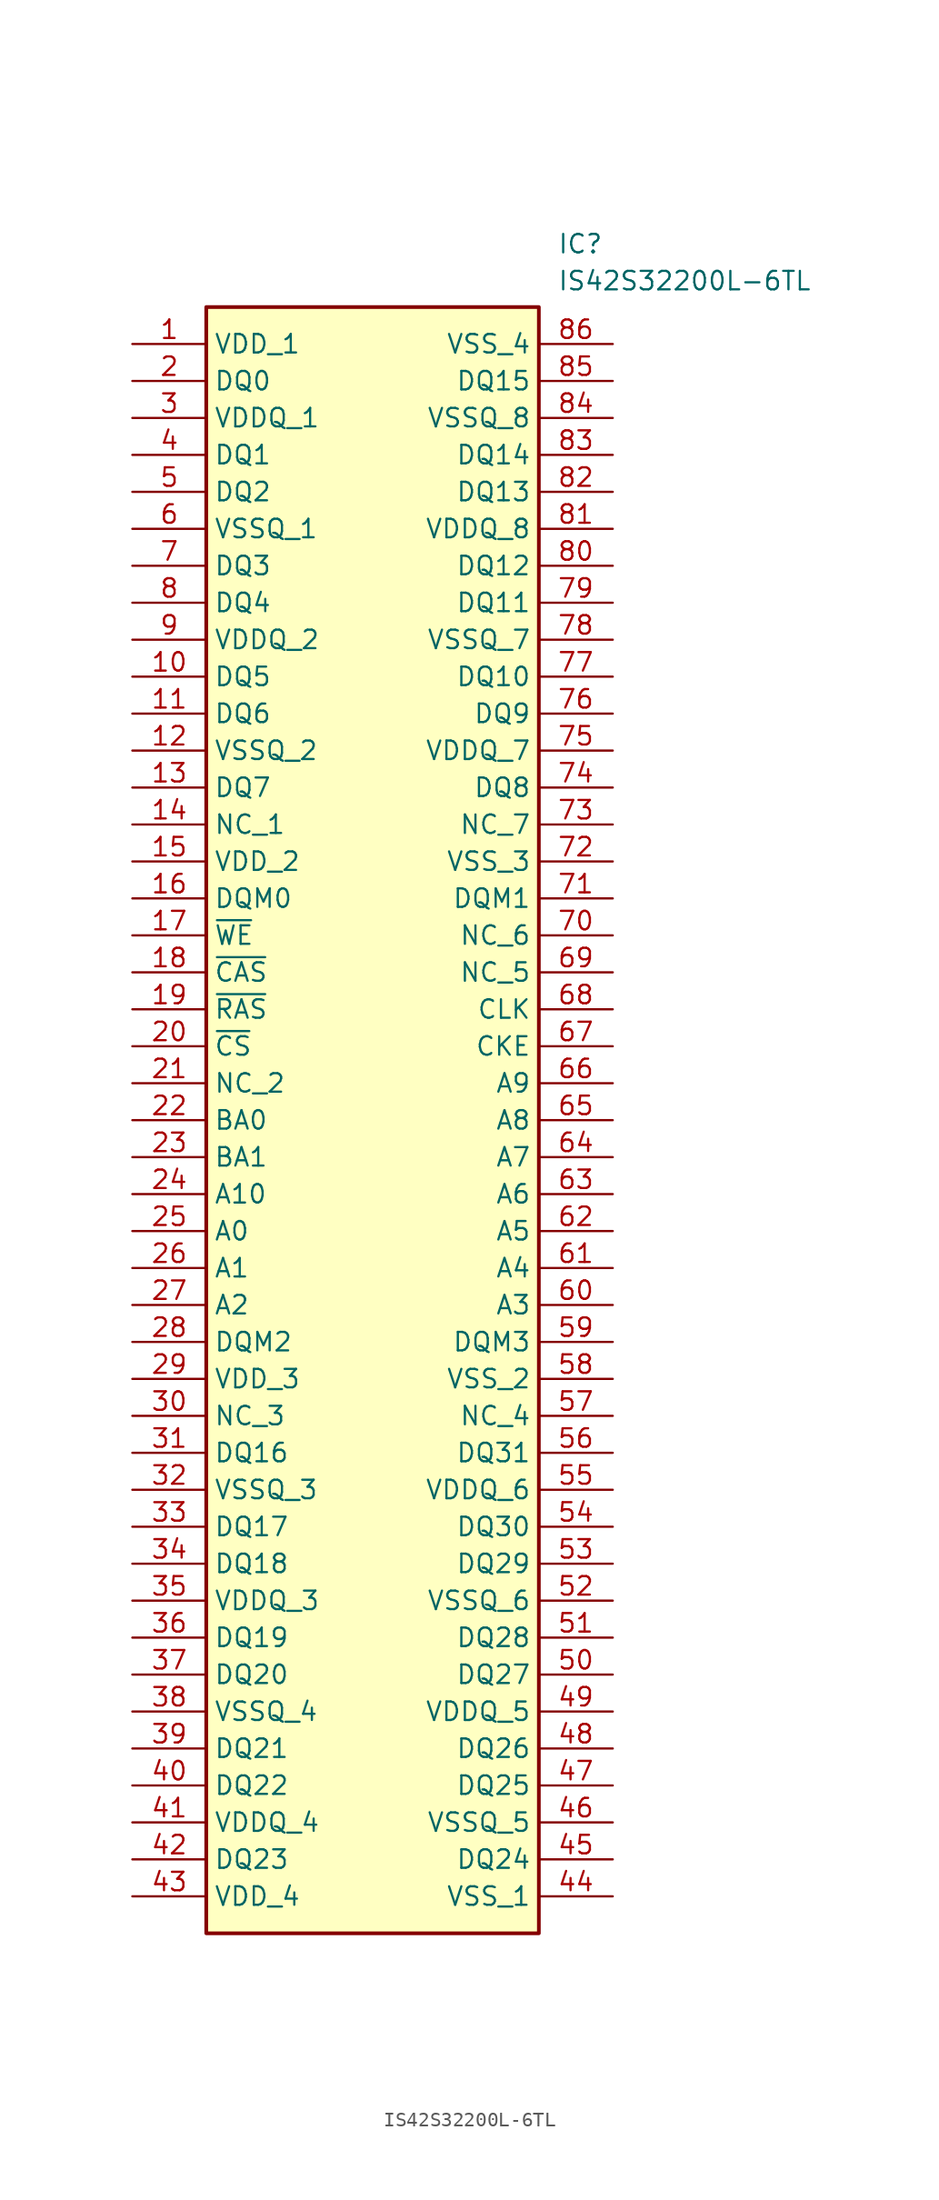
<source format=kicad_sym>
(kicad_symbol_lib
  (version 20211014)
  (generator SamacSys_ECAD_Model)
  (symbol "IS42S32200L-6TL"
    (property "Reference" "IC"
      (at 29.21 7.62 0)
      (effects (font (size 1.27 1.27)) (justify left top)))
    (property "Value" "IS42S32200L-6TL"
      (at 29.21 5.08 0)
      (effects (font (size 1.27 1.27)) (justify left top)))
    (rectangle
      (start 5.08 2.54)
      (end 27.94 -109.22)
      (stroke (width 0.254) (type default))
      (fill (type background)))
    (pin passive line
      (at 0 0 0)
      (length 5.08)
      (name "VDD_1" (effects (font (size 1.27 1.27))))
      (number "1" (effects (font (size 1.27 1.27)))))
    (pin passive line
      (at 0 -2.54 0)
      (length 5.08)
      (name "DQ0" (effects (font (size 1.27 1.27))))
      (number "2" (effects (font (size 1.27 1.27)))))
    (pin passive line
      (at 0 -5.08 0)
      (length 5.08)
      (name "VDDQ_1" (effects (font (size 1.27 1.27))))
      (number "3" (effects (font (size 1.27 1.27)))))
    (pin passive line
      (at 0 -7.62 0)
      (length 5.08)
      (name "DQ1" (effects (font (size 1.27 1.27))))
      (number "4" (effects (font (size 1.27 1.27)))))
    (pin passive line
      (at 0 -10.16 0)
      (length 5.08)
      (name "DQ2" (effects (font (size 1.27 1.27))))
      (number "5" (effects (font (size 1.27 1.27)))))
    (pin passive line
      (at 0 -12.7 0)
      (length 5.08)
      (name "VSSQ_1" (effects (font (size 1.27 1.27))))
      (number "6" (effects (font (size 1.27 1.27)))))
    (pin passive line
      (at 0 -15.24 0)
      (length 5.08)
      (name "DQ3" (effects (font (size 1.27 1.27))))
      (number "7" (effects (font (size 1.27 1.27)))))
    (pin passive line
      (at 0 -17.78 0)
      (length 5.08)
      (name "DQ4" (effects (font (size 1.27 1.27))))
      (number "8" (effects (font (size 1.27 1.27)))))
    (pin passive line
      (at 0 -20.32 0)
      (length 5.08)
      (name "VDDQ_2" (effects (font (size 1.27 1.27))))
      (number "9" (effects (font (size 1.27 1.27)))))
    (pin passive line
      (at 0 -22.86 0)
      (length 5.08)
      (name "DQ5" (effects (font (size 1.27 1.27))))
      (number "10" (effects (font (size 1.27 1.27)))))
    (pin passive line
      (at 0 -25.4 0)
      (length 5.08)
      (name "DQ6" (effects (font (size 1.27 1.27))))
      (number "11" (effects (font (size 1.27 1.27)))))
    (pin passive line
      (at 0 -27.94 0)
      (length 5.08)
      (name "VSSQ_2" (effects (font (size 1.27 1.27))))
      (number "12" (effects (font (size 1.27 1.27)))))
    (pin passive line
      (at 0 -30.48 0)
      (length 5.08)
      (name "DQ7" (effects (font (size 1.27 1.27))))
      (number "13" (effects (font (size 1.27 1.27)))))
    (pin passive line
      (at 0 -33.02 0)
      (length 5.08)
      (name "NC_1" (effects (font (size 1.27 1.27))))
      (number "14" (effects (font (size 1.27 1.27)))))
    (pin passive line
      (at 0 -35.56 0)
      (length 5.08)
      (name "VDD_2" (effects (font (size 1.27 1.27))))
      (number "15" (effects (font (size 1.27 1.27)))))
    (pin passive line
      (at 0 -38.1 0)
      (length 5.08)
      (name "DQM0" (effects (font (size 1.27 1.27))))
      (number "16" (effects (font (size 1.27 1.27)))))
    (pin passive line
      (at 0 -40.64 0)
      (length 5.08)
      (name "~{WE}" (effects (font (size 1.27 1.27))))
      (number "17" (effects (font (size 1.27 1.27)))))
    (pin passive line
      (at 0 -43.18 0)
      (length 5.08)
      (name "~{CAS}" (effects (font (size 1.27 1.27))))
      (number "18" (effects (font (size 1.27 1.27)))))
    (pin passive line
      (at 0 -45.72 0)
      (length 5.08)
      (name "~{RAS}" (effects (font (size 1.27 1.27))))
      (number "19" (effects (font (size 1.27 1.27)))))
    (pin passive line
      (at 0 -48.26 0)
      (length 5.08)
      (name "~{CS}" (effects (font (size 1.27 1.27))))
      (number "20" (effects (font (size 1.27 1.27)))))
    (pin passive line
      (at 0 -50.8 0)
      (length 5.08)
      (name "NC_2" (effects (font (size 1.27 1.27))))
      (number "21" (effects (font (size 1.27 1.27)))))
    (pin passive line
      (at 0 -53.34 0)
      (length 5.08)
      (name "BA0" (effects (font (size 1.27 1.27))))
      (number "22" (effects (font (size 1.27 1.27)))))
    (pin passive line
      (at 0 -55.88 0)
      (length 5.08)
      (name "BA1" (effects (font (size 1.27 1.27))))
      (number "23" (effects (font (size 1.27 1.27)))))
    (pin passive line
      (at 0 -58.42 0)
      (length 5.08)
      (name "A10" (effects (font (size 1.27 1.27))))
      (number "24" (effects (font (size 1.27 1.27)))))
    (pin passive line
      (at 0 -60.96 0)
      (length 5.08)
      (name "A0" (effects (font (size 1.27 1.27))))
      (number "25" (effects (font (size 1.27 1.27)))))
    (pin passive line
      (at 0 -63.5 0)
      (length 5.08)
      (name "A1" (effects (font (size 1.27 1.27))))
      (number "26" (effects (font (size 1.27 1.27)))))
    (pin passive line
      (at 0 -66.04 0)
      (length 5.08)
      (name "A2" (effects (font (size 1.27 1.27))))
      (number "27" (effects (font (size 1.27 1.27)))))
    (pin passive line
      (at 0 -68.58 0)
      (length 5.08)
      (name "DQM2" (effects (font (size 1.27 1.27))))
      (number "28" (effects (font (size 1.27 1.27)))))
    (pin passive line
      (at 0 -71.12 0)
      (length 5.08)
      (name "VDD_3" (effects (font (size 1.27 1.27))))
      (number "29" (effects (font (size 1.27 1.27)))))
    (pin passive line
      (at 0 -73.66 0)
      (length 5.08)
      (name "NC_3" (effects (font (size 1.27 1.27))))
      (number "30" (effects (font (size 1.27 1.27)))))
    (pin passive line
      (at 0 -76.2 0)
      (length 5.08)
      (name "DQ16" (effects (font (size 1.27 1.27))))
      (number "31" (effects (font (size 1.27 1.27)))))
    (pin passive line
      (at 0 -78.74 0)
      (length 5.08)
      (name "VSSQ_3" (effects (font (size 1.27 1.27))))
      (number "32" (effects (font (size 1.27 1.27)))))
    (pin passive line
      (at 0 -81.28 0)
      (length 5.08)
      (name "DQ17" (effects (font (size 1.27 1.27))))
      (number "33" (effects (font (size 1.27 1.27)))))
    (pin passive line
      (at 0 -83.82 0)
      (length 5.08)
      (name "DQ18" (effects (font (size 1.27 1.27))))
      (number "34" (effects (font (size 1.27 1.27)))))
    (pin passive line
      (at 0 -86.36 0)
      (length 5.08)
      (name "VDDQ_3" (effects (font (size 1.27 1.27))))
      (number "35" (effects (font (size 1.27 1.27)))))
    (pin passive line
      (at 0 -88.9 0)
      (length 5.08)
      (name "DQ19" (effects (font (size 1.27 1.27))))
      (number "36" (effects (font (size 1.27 1.27)))))
    (pin passive line
      (at 0 -91.44 0)
      (length 5.08)
      (name "DQ20" (effects (font (size 1.27 1.27))))
      (number "37" (effects (font (size 1.27 1.27)))))
    (pin passive line
      (at 0 -93.98 0)
      (length 5.08)
      (name "VSSQ_4" (effects (font (size 1.27 1.27))))
      (number "38" (effects (font (size 1.27 1.27)))))
    (pin passive line
      (at 0 -96.52 0)
      (length 5.08)
      (name "DQ21" (effects (font (size 1.27 1.27))))
      (number "39" (effects (font (size 1.27 1.27)))))
    (pin passive line
      (at 0 -99.06 0)
      (length 5.08)
      (name "DQ22" (effects (font (size 1.27 1.27))))
      (number "40" (effects (font (size 1.27 1.27)))))
    (pin passive line
      (at 0 -101.6 0)
      (length 5.08)
      (name "VDDQ_4" (effects (font (size 1.27 1.27))))
      (number "41" (effects (font (size 1.27 1.27)))))
    (pin passive line
      (at 0 -104.14 0)
      (length 5.08)
      (name "DQ23" (effects (font (size 1.27 1.27))))
      (number "42" (effects (font (size 1.27 1.27)))))
    (pin passive line
      (at 0 -106.68 0)
      (length 5.08)
      (name "VDD_4" (effects (font (size 1.27 1.27))))
      (number "43" (effects (font (size 1.27 1.27)))))
    (pin passive line
      (at 33.02 0 180)
      (length 5.08)
      (name "VSS_4" (effects (font (size 1.27 1.27))))
      (number "86" (effects (font (size 1.27 1.27)))))
    (pin passive line
      (at 33.02 -2.54 180)
      (length 5.08)
      (name "DQ15" (effects (font (size 1.27 1.27))))
      (number "85" (effects (font (size 1.27 1.27)))))
    (pin passive line
      (at 33.02 -5.08 180)
      (length 5.08)
      (name "VSSQ_8" (effects (font (size 1.27 1.27))))
      (number "84" (effects (font (size 1.27 1.27)))))
    (pin passive line
      (at 33.02 -7.62 180)
      (length 5.08)
      (name "DQ14" (effects (font (size 1.27 1.27))))
      (number "83" (effects (font (size 1.27 1.27)))))
    (pin passive line
      (at 33.02 -10.16 180)
      (length 5.08)
      (name "DQ13" (effects (font (size 1.27 1.27))))
      (number "82" (effects (font (size 1.27 1.27)))))
    (pin passive line
      (at 33.02 -12.7 180)
      (length 5.08)
      (name "VDDQ_8" (effects (font (size 1.27 1.27))))
      (number "81" (effects (font (size 1.27 1.27)))))
    (pin passive line
      (at 33.02 -15.24 180)
      (length 5.08)
      (name "DQ12" (effects (font (size 1.27 1.27))))
      (number "80" (effects (font (size 1.27 1.27)))))
    (pin passive line
      (at 33.02 -17.78 180)
      (length 5.08)
      (name "DQ11" (effects (font (size 1.27 1.27))))
      (number "79" (effects (font (size 1.27 1.27)))))
    (pin passive line
      (at 33.02 -20.32 180)
      (length 5.08)
      (name "VSSQ_7" (effects (font (size 1.27 1.27))))
      (number "78" (effects (font (size 1.27 1.27)))))
    (pin passive line
      (at 33.02 -22.86 180)
      (length 5.08)
      (name "DQ10" (effects (font (size 1.27 1.27))))
      (number "77" (effects (font (size 1.27 1.27)))))
    (pin passive line
      (at 33.02 -25.4 180)
      (length 5.08)
      (name "DQ9" (effects (font (size 1.27 1.27))))
      (number "76" (effects (font (size 1.27 1.27)))))
    (pin passive line
      (at 33.02 -27.94 180)
      (length 5.08)
      (name "VDDQ_7" (effects (font (size 1.27 1.27))))
      (number "75" (effects (font (size 1.27 1.27)))))
    (pin passive line
      (at 33.02 -30.48 180)
      (length 5.08)
      (name "DQ8" (effects (font (size 1.27 1.27))))
      (number "74" (effects (font (size 1.27 1.27)))))
    (pin passive line
      (at 33.02 -33.02 180)
      (length 5.08)
      (name "NC_7" (effects (font (size 1.27 1.27))))
      (number "73" (effects (font (size 1.27 1.27)))))
    (pin passive line
      (at 33.02 -35.56 180)
      (length 5.08)
      (name "VSS_3" (effects (font (size 1.27 1.27))))
      (number "72" (effects (font (size 1.27 1.27)))))
    (pin passive line
      (at 33.02 -38.1 180)
      (length 5.08)
      (name "DQM1" (effects (font (size 1.27 1.27))))
      (number "71" (effects (font (size 1.27 1.27)))))
    (pin passive line
      (at 33.02 -40.64 180)
      (length 5.08)
      (name "NC_6" (effects (font (size 1.27 1.27))))
      (number "70" (effects (font (size 1.27 1.27)))))
    (pin passive line
      (at 33.02 -43.18 180)
      (length 5.08)
      (name "NC_5" (effects (font (size 1.27 1.27))))
      (number "69" (effects (font (size 1.27 1.27)))))
    (pin passive line
      (at 33.02 -45.72 180)
      (length 5.08)
      (name "CLK" (effects (font (size 1.27 1.27))))
      (number "68" (effects (font (size 1.27 1.27)))))
    (pin passive line
      (at 33.02 -48.26 180)
      (length 5.08)
      (name "CKE" (effects (font (size 1.27 1.27))))
      (number "67" (effects (font (size 1.27 1.27)))))
    (pin passive line
      (at 33.02 -50.8 180)
      (length 5.08)
      (name "A9" (effects (font (size 1.27 1.27))))
      (number "66" (effects (font (size 1.27 1.27)))))
    (pin passive line
      (at 33.02 -53.34 180)
      (length 5.08)
      (name "A8" (effects (font (size 1.27 1.27))))
      (number "65" (effects (font (size 1.27 1.27)))))
    (pin passive line
      (at 33.02 -55.88 180)
      (length 5.08)
      (name "A7" (effects (font (size 1.27 1.27))))
      (number "64" (effects (font (size 1.27 1.27)))))
    (pin passive line
      (at 33.02 -58.42 180)
      (length 5.08)
      (name "A6" (effects (font (size 1.27 1.27))))
      (number "63" (effects (font (size 1.27 1.27)))))
    (pin passive line
      (at 33.02 -60.96 180)
      (length 5.08)
      (name "A5" (effects (font (size 1.27 1.27))))
      (number "62" (effects (font (size 1.27 1.27)))))
    (pin passive line
      (at 33.02 -63.5 180)
      (length 5.08)
      (name "A4" (effects (font (size 1.27 1.27))))
      (number "61" (effects (font (size 1.27 1.27)))))
    (pin passive line
      (at 33.02 -66.04 180)
      (length 5.08)
      (name "A3" (effects (font (size 1.27 1.27))))
      (number "60" (effects (font (size 1.27 1.27)))))
    (pin passive line
      (at 33.02 -68.58 180)
      (length 5.08)
      (name "DQM3" (effects (font (size 1.27 1.27))))
      (number "59" (effects (font (size 1.27 1.27)))))
    (pin passive line
      (at 33.02 -71.12 180)
      (length 5.08)
      (name "VSS_2" (effects (font (size 1.27 1.27))))
      (number "58" (effects (font (size 1.27 1.27)))))
    (pin passive line
      (at 33.02 -73.66 180)
      (length 5.08)
      (name "NC_4" (effects (font (size 1.27 1.27))))
      (number "57" (effects (font (size 1.27 1.27)))))
    (pin passive line
      (at 33.02 -76.2 180)
      (length 5.08)
      (name "DQ31" (effects (font (size 1.27 1.27))))
      (number "56" (effects (font (size 1.27 1.27)))))
    (pin passive line
      (at 33.02 -78.74 180)
      (length 5.08)
      (name "VDDQ_6" (effects (font (size 1.27 1.27))))
      (number "55" (effects (font (size 1.27 1.27)))))
    (pin passive line
      (at 33.02 -81.28 180)
      (length 5.08)
      (name "DQ30" (effects (font (size 1.27 1.27))))
      (number "54" (effects (font (size 1.27 1.27)))))
    (pin passive line
      (at 33.02 -83.82 180)
      (length 5.08)
      (name "DQ29" (effects (font (size 1.27 1.27))))
      (number "53" (effects (font (size 1.27 1.27)))))
    (pin passive line
      (at 33.02 -86.36 180)
      (length 5.08)
      (name "VSSQ_6" (effects (font (size 1.27 1.27))))
      (number "52" (effects (font (size 1.27 1.27)))))
    (pin passive line
      (at 33.02 -88.9 180)
      (length 5.08)
      (name "DQ28" (effects (font (size 1.27 1.27))))
      (number "51" (effects (font (size 1.27 1.27)))))
    (pin passive line
      (at 33.02 -91.44 180)
      (length 5.08)
      (name "DQ27" (effects (font (size 1.27 1.27))))
      (number "50" (effects (font (size 1.27 1.27)))))
    (pin passive line
      (at 33.02 -93.98 180)
      (length 5.08)
      (name "VDDQ_5" (effects (font (size 1.27 1.27))))
      (number "49" (effects (font (size 1.27 1.27)))))
    (pin passive line
      (at 33.02 -96.52 180)
      (length 5.08)
      (name "DQ26" (effects (font (size 1.27 1.27))))
      (number "48" (effects (font (size 1.27 1.27)))))
    (pin passive line
      (at 33.02 -99.06 180)
      (length 5.08)
      (name "DQ25" (effects (font (size 1.27 1.27))))
      (number "47" (effects (font (size 1.27 1.27)))))
    (pin passive line
      (at 33.02 -101.6 180)
      (length 5.08)
      (name "VSSQ_5" (effects (font (size 1.27 1.27))))
      (number "46" (effects (font (size 1.27 1.27)))))
    (pin passive line
      (at 33.02 -104.14 180)
      (length 5.08)
      (name "DQ24" (effects (font (size 1.27 1.27))))
      (number "45" (effects (font (size 1.27 1.27)))))
    (pin passive line
      (at 33.02 -106.68 180)
      (length 5.08)
      (name "VSS_1" (effects (font (size 1.27 1.27))))
      (number "44" (effects (font (size 1.27 1.27)))))))
</source>
